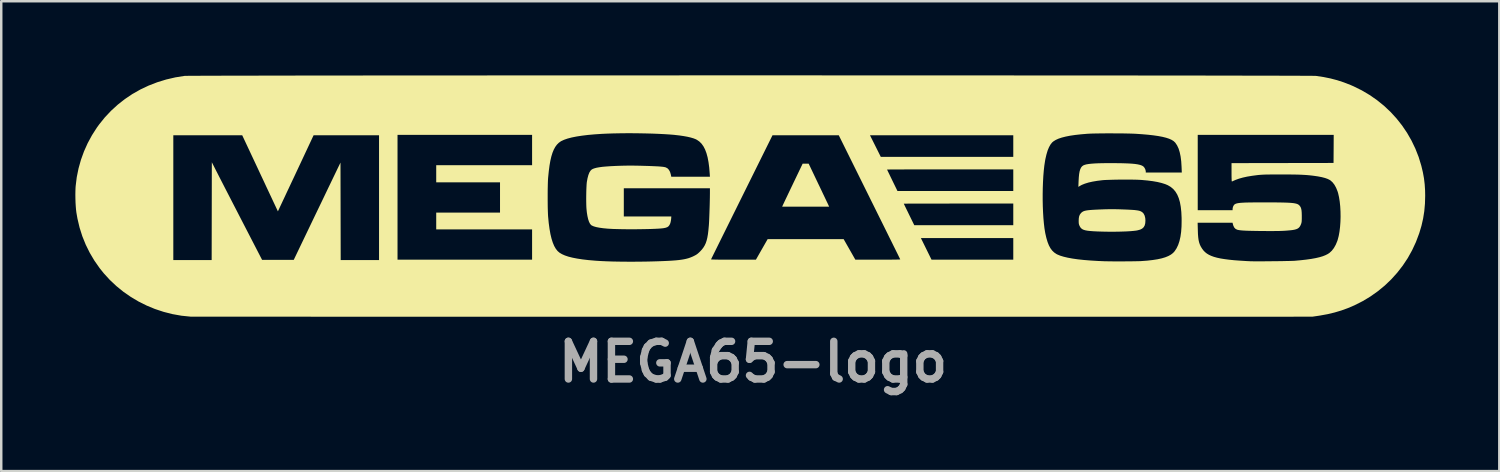
<source format=kicad_pcb>
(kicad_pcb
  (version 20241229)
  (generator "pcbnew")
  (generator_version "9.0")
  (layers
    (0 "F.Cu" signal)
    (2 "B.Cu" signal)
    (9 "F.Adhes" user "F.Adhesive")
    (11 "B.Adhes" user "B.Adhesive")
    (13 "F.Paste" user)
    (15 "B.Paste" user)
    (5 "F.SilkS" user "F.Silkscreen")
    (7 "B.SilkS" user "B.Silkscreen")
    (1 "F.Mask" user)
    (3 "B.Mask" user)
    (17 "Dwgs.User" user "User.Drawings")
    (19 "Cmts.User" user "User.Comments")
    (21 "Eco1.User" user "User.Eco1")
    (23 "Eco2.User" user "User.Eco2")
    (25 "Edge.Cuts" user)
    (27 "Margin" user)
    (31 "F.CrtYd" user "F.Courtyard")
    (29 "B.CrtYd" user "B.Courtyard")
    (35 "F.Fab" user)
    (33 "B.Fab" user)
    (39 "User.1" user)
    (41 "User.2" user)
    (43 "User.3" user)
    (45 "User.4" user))
  (footprint "MEGA65-logo"
    (layer "F.Cu")
    (at 27.318 4.878)
    (property "Reference" "MEGA65-logo" (at 0.11 6.72 0) (layer "F.Fab") (effects (font (size 1.524 1.524) (thickness 0.3))))
    (attr board_only exclude_from_pos_files exclude_from_bom)
    (fp_poly (pts (xy 2.746 -0.494) (xy 2.815 -0.351) (xy 2.88 -0.214) (xy 2.941 -0.085) (xy 2.997 0.032) (xy 3.047 0.137) (xy 3.089 0.226) (xy 3.123 0.296) (xy 3.147 0.347) (xy 3.16 0.375) (xy 3.161 0.377) (xy 3.188 0.437) (xy 1.286 0.437) (xy 1.319 0.363) (xy 1.331 0.338) (xy 1.354 0.289) (xy 1.387 0.219) (xy 1.428 0.132) (xy 1.478 0.029) (xy 1.533 -0.088) (xy 1.594 -0.215) (xy 1.659 -0.351) (xy 1.727 -0.493) (xy 1.734 -0.508) (xy 2.116 -1.305) (xy 2.359 -1.305)) (stroke (width 0) (type solid)) (fill yes) (layer "F.SilkS"))
    (fp_poly (pts (xy 14.767 0.539) (xy 14.913 0.542) (xy 15.077 0.548) (xy 15.08 0.548) (xy 15.23 0.554) (xy 15.354 0.56) (xy 15.457 0.566) (xy 15.541 0.572) (xy 15.61 0.58) (xy 15.667 0.588) (xy 15.715 0.597) (xy 15.757 0.608) (xy 15.779 0.615) (xy 15.854 0.654) (xy 15.914 0.715) (xy 15.956 0.797) (xy 15.981 0.898) (xy 15.988 0.995) (xy 15.981 1.106) (xy 15.958 1.196) (xy 15.917 1.268) (xy 15.856 1.324) (xy 15.774 1.365) (xy 15.668 1.394) (xy 15.608 1.405) (xy 15.504 1.417) (xy 15.376 1.428) (xy 15.228 1.437) (xy 15.063 1.443) (xy 14.886 1.448) (xy 14.701 1.45) (xy 14.511 1.45) (xy 14.32 1.447) (xy 14.133 1.442) (xy 14.023 1.438) (xy 13.87 1.43) (xy 13.742 1.42) (xy 13.637 1.408) (xy 13.552 1.392) (xy 13.484 1.371) (xy 13.431 1.345) (xy 13.389 1.312) (xy 13.355 1.272) (xy 13.328 1.224) (xy 13.323 1.215) (xy 13.305 1.172) (xy 13.294 1.132) (xy 13.289 1.085) (xy 13.287 1.022) (xy 13.287 1.002) (xy 13.292 0.902) (xy 13.307 0.823) (xy 13.334 0.758) (xy 13.375 0.702) (xy 13.388 0.688) (xy 13.416 0.662) (xy 13.448 0.64) (xy 13.485 0.621) (xy 13.531 0.605) (xy 13.589 0.592) (xy 13.66 0.581) (xy 13.748 0.572) (xy 13.855 0.564) (xy 13.984 0.557) (xy 14.138 0.55) (xy 14.191 0.548) (xy 14.353 0.542) (xy 14.496 0.539) (xy 14.632 0.538)) (stroke (width 0) (type solid)) (fill yes) (layer "F.SilkS"))
    (fp_poly (pts (xy 0.708 -4.878) (xy 1.405 -4.878) (xy 2.101 -4.878) (xy 2.795 -4.878) (xy 3.487 -4.877) (xy 4.176 -4.877) (xy 4.862 -4.877) (xy 5.543 -4.877) (xy 6.22 -4.877) (xy 6.892 -4.877) (xy 7.558 -4.877) (xy 8.217 -4.876) (xy 8.87 -4.876) (xy 9.515 -4.876) (xy 10.152 -4.876) (xy 10.78 -4.875) (xy 11.399 -4.875) (xy 12.009 -4.875) (xy 12.608 -4.874) (xy 13.196 -4.874) (xy 13.772 -4.874) (xy 14.337 -4.873) (xy 14.888 -4.873) (xy 15.427 -4.873) (xy 15.951 -4.872) (xy 16.461 -4.872) (xy 16.956 -4.871) (xy 17.436 -4.871) (xy 17.899 -4.87) (xy 18.346 -4.87) (xy 18.775 -4.869) (xy 19.187 -4.869) (xy 19.58 -4.868) (xy 19.954 -4.867) (xy 20.308 -4.867) (xy 20.642 -4.866) (xy 20.956 -4.866) (xy 21.248 -4.865) (xy 21.518 -4.864) (xy 21.766 -4.864) (xy 21.991 -4.863) (xy 22.192 -4.862) (xy 22.369 -4.861) (xy 22.521 -4.861) (xy 22.647 -4.86) (xy 22.748 -4.859) (xy 22.822 -4.858) (xy 22.869 -4.857) (xy 22.888 -4.856) (xy 23.193 -4.811) (xy 23.479 -4.753) (xy 23.752 -4.681) (xy 24.02 -4.593) (xy 24.29 -4.488) (xy 24.412 -4.435) (xy 24.744 -4.271) (xy 25.059 -4.085) (xy 25.359 -3.877) (xy 25.641 -3.649) (xy 25.905 -3.401) (xy 26.149 -3.135) (xy 26.373 -2.852) (xy 26.576 -2.553) (xy 26.756 -2.239) (xy 26.913 -1.912) (xy 27.046 -1.573) (xy 27.153 -1.222) (xy 27.157 -1.206) (xy 27.217 -0.954) (xy 27.261 -0.713) (xy 27.29 -0.471) (xy 27.306 -0.222) (xy 27.31 -0.007) (xy 27.301 0.313) (xy 27.274 0.618) (xy 27.227 0.914) (xy 27.16 1.209) (xy 27.07 1.51) (xy 27.065 1.524) (xy 26.935 1.869) (xy 26.781 2.2) (xy 26.604 2.518) (xy 26.403 2.82) (xy 26.181 3.106) (xy 25.939 3.375) (xy 25.677 3.626) (xy 25.396 3.857) (xy 25.097 4.069) (xy 24.781 4.259) (xy 24.45 4.427) (xy 24.183 4.541) (xy 23.915 4.638) (xy 23.643 4.719) (xy 23.358 4.787) (xy 23.056 4.842) (xy 22.959 4.857) (xy 22.74 4.889) (xy 0.078 4.89) (xy -0.723 4.89) (xy -1.516 4.89) (xy -2.302 4.89) (xy -3.081 4.89) (xy -3.852 4.89) (xy -4.614 4.89) (xy -5.367 4.89) (xy -6.111 4.89) (xy -6.844 4.89) (xy -7.568 4.89) (xy -8.28 4.89) (xy -8.981 4.89) (xy -9.67 4.89) (xy -10.346 4.89) (xy -11.01 4.89) (xy -11.661 4.89) (xy -12.297 4.89) (xy -12.92 4.89) (xy -13.528 4.89) (xy -14.12 4.89) (xy -14.697 4.89) (xy -15.258 4.89) (xy -15.803 4.89) (xy -16.33 4.89) (xy -16.839 4.89) (xy -17.331 4.89) (xy -17.804 4.889) (xy -18.258 4.889) (xy -18.693 4.889) (xy -19.108 4.889) (xy -19.502 4.889) (xy -19.876 4.889) (xy -20.228 4.889) (xy -20.558 4.889) (xy -20.867 4.889) (xy -21.152 4.888) (xy -21.414 4.888) (xy -21.652 4.888) (xy -21.867 4.888) (xy -22.056 4.888) (xy -22.221 4.888) (xy -22.36 4.888) (xy -22.473 4.887) (xy -22.559 4.887) (xy -22.618 4.887) (xy -22.65 4.887) (xy -22.655 4.887) (xy -23.025 4.849) (xy -23.39 4.784) (xy -23.747 4.693) (xy -24.095 4.578) (xy -24.433 4.438) (xy -24.76 4.275) (xy -25.073 4.089) (xy -25.372 3.882) (xy -25.654 3.653) (xy -25.919 3.405) (xy -26.165 3.136) (xy -26.332 2.928) (xy -26.546 2.622) (xy -26.562 2.596) (xy -23.354 2.596) (xy -21.802 2.596) (xy -21.795 -1.362) (xy -21.616 -1.009) (xy -21.586 -0.952) (xy -21.545 -0.871) (xy -21.493 -0.769) (xy -21.431 -0.648) (xy -21.36 -0.51) (xy -21.281 -0.356) (xy -21.195 -0.189) (xy -21.103 -0.011) (xy -21.006 0.178) (xy -20.905 0.374) (xy -20.801 0.575) (xy -20.695 0.781) (xy -20.599 0.967) (xy -19.761 2.589) (xy -18.48 2.589) (xy -17.654 0.867) (xy -17.552 0.655) (xy -17.452 0.447) (xy -17.354 0.244) (xy -17.26 0.048) (xy -17.171 -0.138) (xy -17.087 -0.314) (xy -17.008 -0.477) (xy -16.937 -0.625) (xy -16.873 -0.758) (xy -16.818 -0.872) (xy -16.772 -0.967) (xy -16.737 -1.04) (xy -16.713 -1.091) (xy -16.708 -1.101) (xy -16.588 -1.348) (xy -16.584 0.624) (xy -16.58 2.596) (xy -15.028 2.596) (xy -15.028 2.582) (xy -14.28 2.582) (xy -8.834 2.582) (xy -8.834 1.355) (xy -12.714 1.355) (xy -12.714 0.677) (xy -10.132 0.677) (xy -10.132 0.041) (xy -8.203 0.041) (xy -8.203 0.196) (xy -8.202 0.346) (xy -8.2 0.488) (xy -8.196 0.617) (xy -8.192 0.727) (xy -8.187 0.816) (xy -8.186 0.833) (xy -8.161 1.096) (xy -8.129 1.333) (xy -8.092 1.544) (xy -8.048 1.729) (xy -7.997 1.889) (xy -7.94 2.026) (xy -7.875 2.139) (xy -7.804 2.229) (xy -7.797 2.236) (xy -7.722 2.3) (xy -7.624 2.358) (xy -7.505 2.411) (xy -7.362 2.459) (xy -7.195 2.501) (xy -7.004 2.538) (xy -6.788 2.571) (xy -6.545 2.599) (xy -6.275 2.622) (xy -6.236 2.625) (xy -6.042 2.637) (xy -5.823 2.647) (xy -5.584 2.655) (xy -5.327 2.66) (xy -5.057 2.663) (xy -4.776 2.664) (xy -4.489 2.662) (xy -4.199 2.658) (xy -3.979 2.653) (xy -3.741 2.646) (xy -3.528 2.638) (xy -3.34 2.63) (xy -3.173 2.62) (xy -3.025 2.609) (xy -2.895 2.596) (xy -2.78 2.581) (xy -2.715 2.57) (xy -1.592 2.57) (xy -1.579 2.572) (xy -1.54 2.574) (xy -1.476 2.576) (xy -1.389 2.578) (xy -1.281 2.58) (xy -1.153 2.581) (xy -1.008 2.582) (xy -0.846 2.582) (xy -0.687 2.582) (xy 0.224 2.582) (xy 0.461 2.166) (xy 0.699 1.75) (xy 3.775 1.75) (xy 4.249 2.582) (xy 5.16 2.582) (xy 5.334 2.582) (xy 5.494 2.582) (xy 5.638 2.581) (xy 5.764 2.579) (xy 5.87 2.578) (xy 5.956 2.576) (xy 6.018 2.574) (xy 6.055 2.572) (xy 6.065 2.57) (xy 6.059 2.556) (xy 6.04 2.518) (xy 6.01 2.457) (xy 5.97 2.375) (xy 5.919 2.272) (xy 5.859 2.15) (xy 5.789 2.01) (xy 5.712 1.853) (xy 5.639 1.707) (xy 6.901 1.707) (xy 7.116 2.144) (xy 7.331 2.581) (xy 8.985 2.581) (xy 10.64 2.582) (xy 10.64 1.707) (xy 6.901 1.707) (xy 5.639 1.707) (xy 5.626 1.681) (xy 5.534 1.494) (xy 5.435 1.294) (xy 5.33 1.082) (xy 5.219 0.859) (xy 5.104 0.627) (xy 4.985 0.386) (xy 4.95 0.315) (xy 6.209 0.315) (xy 6.215 0.329) (xy 6.232 0.364) (xy 6.259 0.42) (xy 6.293 0.491) (xy 6.335 0.576) (xy 6.382 0.672) (xy 6.421 0.753) (xy 6.633 1.185) (xy 10.64 1.185) (xy 10.64 0.31) (xy 8.424 0.31) (xy 8.177 0.31) (xy 7.937 0.311) (xy 7.706 0.311) (xy 7.486 0.311) (xy 7.279 0.311) (xy 7.085 0.311) (xy 6.907 0.312) (xy 6.745 0.312) (xy 6.602 0.313) (xy 6.478 0.313) (xy 6.376 0.313) (xy 6.297 0.314) (xy 6.242 0.314) (xy 6.213 0.315) (xy 6.209 0.315) (xy 4.95 0.315) (xy 4.862 0.139) (xy 4.819 0.051) (xy 4.756 -0.076) (xy 11.83 -0.076) (xy 11.83 0.174) (xy 11.835 0.422) (xy 11.845 0.662) (xy 11.859 0.892) (xy 11.878 1.107) (xy 11.901 1.304) (xy 11.929 1.478) (xy 11.937 1.52) (xy 11.98 1.706) (xy 12.028 1.867) (xy 12.082 2.003) (xy 12.144 2.118) (xy 12.214 2.212) (xy 12.294 2.289) (xy 12.385 2.351) (xy 12.423 2.371) (xy 12.539 2.419) (xy 12.68 2.462) (xy 12.845 2.501) (xy 13.035 2.536) (xy 13.251 2.567) (xy 13.493 2.593) (xy 13.762 2.615) (xy 14.057 2.633) (xy 14.287 2.643) (xy 14.361 2.646) (xy 14.457 2.647) (xy 14.57 2.649) (xy 14.697 2.65) (xy 14.834 2.65) (xy 14.977 2.65) (xy 15.121 2.65) (xy 15.263 2.649) (xy 15.399 2.648) (xy 15.524 2.646) (xy 15.634 2.644) (xy 15.727 2.642) (xy 15.796 2.64) (xy 15.819 2.638) (xy 16.064 2.62) (xy 16.283 2.595) (xy 16.477 2.565) (xy 16.646 2.528) (xy 16.793 2.484) (xy 16.918 2.433) (xy 17.022 2.375) (xy 17.107 2.309) (xy 17.17 2.24) (xy 17.248 2.121) (xy 17.313 1.985) (xy 17.365 1.83) (xy 17.405 1.656) (xy 17.433 1.46) (xy 17.449 1.241) (xy 17.452 1.087) (xy 18.101 1.087) (xy 18.109 1.393) (xy 18.114 1.544) (xy 18.124 1.672) (xy 18.138 1.78) (xy 18.159 1.874) (xy 18.186 1.957) (xy 18.221 2.035) (xy 18.266 2.111) (xy 18.287 2.143) (xy 18.34 2.213) (xy 18.401 2.275) (xy 18.472 2.332) (xy 18.555 2.382) (xy 18.651 2.427) (xy 18.761 2.467) (xy 18.887 2.502) (xy 19.031 2.533) (xy 19.195 2.559) (xy 19.379 2.583) (xy 19.586 2.604) (xy 19.818 2.621) (xy 20.075 2.637) (xy 20.214 2.644) (xy 20.267 2.646) (xy 20.343 2.647) (xy 20.44 2.648) (xy 20.554 2.648) (xy 20.682 2.648) (xy 20.821 2.647) (xy 20.966 2.646) (xy 21.115 2.644) (xy 21.264 2.643) (xy 21.409 2.641) (xy 21.548 2.639) (xy 21.676 2.636) (xy 21.791 2.634) (xy 21.888 2.631) (xy 21.965 2.629) (xy 22.019 2.626) (xy 22.027 2.626) (xy 22.278 2.603) (xy 22.501 2.578) (xy 22.7 2.55) (xy 22.875 2.518) (xy 23.028 2.483) (xy 23.16 2.444) (xy 23.272 2.4) (xy 23.368 2.352) (xy 23.436 2.307) (xy 23.53 2.22) (xy 23.616 2.109) (xy 23.691 1.976) (xy 23.754 1.825) (xy 23.769 1.778) (xy 23.81 1.623) (xy 23.842 1.447) (xy 23.865 1.255) (xy 23.88 1.052) (xy 23.886 0.844) (xy 23.883 0.634) (xy 23.872 0.429) (xy 23.852 0.233) (xy 23.823 0.051) (xy 23.786 -0.112) (xy 23.762 -0.188) (xy 23.705 -0.329) (xy 23.637 -0.452) (xy 23.558 -0.553) (xy 23.471 -0.63) (xy 23.452 -0.642) (xy 23.368 -0.685) (xy 23.259 -0.724) (xy 23.125 -0.759) (xy 22.963 -0.79) (xy 22.825 -0.81) (xy 22.723 -0.823) (xy 22.623 -0.834) (xy 22.521 -0.843) (xy 22.415 -0.85) (xy 22.301 -0.856) (xy 22.175 -0.861) (xy 22.035 -0.864) (xy 21.876 -0.866) (xy 21.696 -0.867) (xy 21.492 -0.868) (xy 21.484 -0.868) (xy 21.31 -0.867) (xy 21.162 -0.867) (xy 21.036 -0.866) (xy 20.928 -0.865) (xy 20.837 -0.863) (xy 20.759 -0.86) (xy 20.691 -0.856) (xy 20.631 -0.852) (xy 20.574 -0.847) (xy 20.532 -0.843) (xy 20.305 -0.813) (xy 20.104 -0.78) (xy 19.928 -0.741) (xy 19.775 -0.698) (xy 19.643 -0.65) (xy 19.623 -0.641) (xy 19.569 -0.618) (xy 19.525 -0.598) (xy 19.496 -0.585) (xy 19.491 -0.583) (xy 19.485 -0.586) (xy 19.481 -0.603) (xy 19.478 -0.636) (xy 19.476 -0.688) (xy 19.474 -0.761) (xy 19.473 -0.857) (xy 19.473 -0.951) (xy 19.473 -1.326) (xy 23.601 -1.333) (xy 23.605 -1.901) (xy 23.608 -2.469) (xy 20.856 -2.469) (xy 18.105 -2.469) (xy 18.105 0.579) (xy 19.516 0.579) (xy 19.516 0.527) (xy 19.522 0.481) (xy 19.538 0.43) (xy 19.545 0.413) (xy 19.56 0.387) (xy 19.577 0.363) (xy 19.598 0.343) (xy 19.626 0.326) (xy 19.663 0.311) (xy 19.709 0.299) (xy 19.767 0.289) (xy 19.839 0.281) (xy 19.927 0.275) (xy 20.032 0.27) (xy 20.157 0.267) (xy 20.302 0.265) (xy 20.471 0.263) (xy 20.665 0.263) (xy 20.835 0.263) (xy 21.058 0.263) (xy 21.254 0.264) (xy 21.426 0.266) (xy 21.575 0.269) (xy 21.703 0.273) (xy 21.813 0.278) (xy 21.905 0.285) (xy 21.981 0.293) (xy 22.044 0.304) (xy 22.095 0.316) (xy 22.137 0.33) (xy 22.17 0.347) (xy 22.197 0.366) (xy 22.213 0.38) (xy 22.248 0.421) (xy 22.274 0.467) (xy 22.293 0.522) (xy 22.306 0.592) (xy 22.313 0.68) (xy 22.316 0.79) (xy 22.316 0.833) (xy 22.316 0.922) (xy 22.314 0.988) (xy 22.311 1.038) (xy 22.305 1.076) (xy 22.297 1.109) (xy 22.285 1.142) (xy 22.283 1.148) (xy 22.258 1.204) (xy 22.23 1.251) (xy 22.195 1.29) (xy 22.152 1.321) (xy 22.098 1.346) (xy 22.028 1.366) (xy 21.941 1.382) (xy 21.834 1.394) (xy 21.704 1.405) (xy 21.59 1.413) (xy 21.491 1.417) (xy 21.367 1.421) (xy 21.218 1.422) (xy 21.046 1.423) (xy 20.854 1.422) (xy 20.659 1.421) (xy 20.472 1.418) (xy 20.31 1.415) (xy 20.173 1.412) (xy 20.057 1.408) (xy 19.96 1.403) (xy 19.88 1.397) (xy 19.815 1.39) (xy 19.762 1.382) (xy 19.719 1.373) (xy 19.699 1.367) (xy 19.634 1.334) (xy 19.582 1.279) (xy 19.544 1.2) (xy 19.523 1.125) (xy 19.515 1.087) (xy 18.101 1.087) (xy 17.452 1.087) (xy 17.453 0.999) (xy 17.452 0.885) (xy 17.441 0.651) (xy 17.418 0.441) (xy 17.384 0.255) (xy 17.337 0.092) (xy 17.277 -0.051) (xy 17.203 -0.173) (xy 17.115 -0.277) (xy 17.012 -0.363) (xy 16.894 -0.432) (xy 16.788 -0.477) (xy 16.641 -0.523) (xy 16.473 -0.563) (xy 16.284 -0.596) (xy 16.07 -0.623) (xy 15.832 -0.645) (xy 15.748 -0.65) (xy 15.663 -0.654) (xy 15.555 -0.657) (xy 15.431 -0.659) (xy 15.294 -0.66) (xy 15.148 -0.66) (xy 14.998 -0.659) (xy 14.849 -0.658) (xy 14.704 -0.655) (xy 14.569 -0.651) (xy 14.448 -0.647) (xy 14.344 -0.643) (xy 14.263 -0.637) (xy 14.245 -0.635) (xy 14.039 -0.61) (xy 13.85 -0.578) (xy 13.682 -0.54) (xy 13.536 -0.495) (xy 13.415 -0.446) (xy 13.357 -0.415) (xy 13.274 -0.365) (xy 13.283 -0.595) (xy 13.292 -0.752) (xy 13.305 -0.883) (xy 13.324 -0.99) (xy 13.35 -1.076) (xy 13.382 -1.144) (xy 13.422 -1.195) (xy 13.47 -1.231) (xy 13.479 -1.236) (xy 13.531 -1.257) (xy 13.601 -1.276) (xy 13.691 -1.291) (xy 13.8 -1.303) (xy 13.932 -1.313) (xy 14.087 -1.32) (xy 14.266 -1.324) (xy 14.472 -1.326) (xy 14.556 -1.326) (xy 14.785 -1.325) (xy 14.988 -1.323) (xy 15.166 -1.318) (xy 15.321 -1.312) (xy 15.455 -1.303) (xy 15.568 -1.292) (xy 15.664 -1.278) (xy 15.744 -1.261) (xy 15.809 -1.242) (xy 15.861 -1.219) (xy 15.902 -1.193) (xy 15.915 -1.181) (xy 15.953 -1.134) (xy 15.983 -1.073) (xy 16 -1.011) (xy 16.002 -0.991) (xy 16.002 -0.945) (xy 17.46 -0.945) (xy 17.451 -1.175) (xy 17.437 -1.397) (xy 17.412 -1.594) (xy 17.376 -1.766) (xy 17.33 -1.915) (xy 17.271 -2.041) (xy 17.202 -2.145) (xy 17.184 -2.166) (xy 17.125 -2.22) (xy 17.046 -2.269) (xy 16.945 -2.314) (xy 16.823 -2.354) (xy 16.678 -2.39) (xy 16.509 -2.422) (xy 16.316 -2.45) (xy 16.097 -2.475) (xy 15.852 -2.496) (xy 15.593 -2.514) (xy 15.499 -2.518) (xy 15.383 -2.522) (xy 15.249 -2.525) (xy 15.1 -2.528) (xy 14.941 -2.529) (xy 14.775 -2.53) (xy 14.605 -2.531) (xy 14.437 -2.531) (xy 14.273 -2.53) (xy 14.117 -2.528) (xy 13.973 -2.526) (xy 13.845 -2.523) (xy 13.737 -2.519) (xy 13.653 -2.515) (xy 13.638 -2.514) (xy 13.379 -2.492) (xy 13.146 -2.466) (xy 12.94 -2.436) (xy 12.759 -2.4) (xy 12.602 -2.36) (xy 12.468 -2.315) (xy 12.357 -2.264) (xy 12.267 -2.208) (xy 12.213 -2.163) (xy 12.147 -2.08) (xy 12.086 -1.971) (xy 12.03 -1.836) (xy 11.982 -1.675) (xy 11.939 -1.49) (xy 11.925 -1.411) (xy 11.897 -1.228) (xy 11.874 -1.024) (xy 11.856 -0.803) (xy 11.843 -0.569) (xy 11.834 -0.325) (xy 11.83 -0.076) (xy 4.756 -0.076) (xy 4.265 -1.067) (xy 5.532 -1.067) (xy 5.538 -1.054) (xy 5.554 -1.018) (xy 5.581 -0.962) (xy 5.616 -0.891) (xy 5.657 -0.805) (xy 5.704 -0.709) (xy 5.742 -0.63) (xy 5.953 -0.198) (xy 10.64 -0.198) (xy 10.64 -1.072) (xy 8.086 -1.072) (xy 7.819 -1.072) (xy 7.561 -1.072) (xy 7.311 -1.072) (xy 7.072 -1.072) (xy 6.845 -1.072) (xy 6.632 -1.071) (xy 6.432 -1.071) (xy 6.249 -1.071) (xy 6.084 -1.07) (xy 5.937 -1.07) (xy 5.811 -1.069) (xy 5.706 -1.069) (xy 5.625 -1.068) (xy 5.568 -1.068) (xy 5.537 -1.067) (xy 5.532 -1.067) (xy 4.265 -1.067) (xy 3.577 -2.455) (xy 0.896 -2.455) (xy -0.346 0.051) (xy -0.47 0.301) (xy -0.59 0.544) (xy -0.707 0.779) (xy -0.819 1.006) (xy -0.926 1.222) (xy -1.027 1.426) (xy -1.122 1.617) (xy -1.21 1.795) (xy -1.29 1.957) (xy -1.362 2.103) (xy -1.426 2.232) (xy -1.48 2.341) (xy -1.524 2.431) (xy -1.558 2.499) (xy -1.58 2.545) (xy -1.591 2.568) (xy -1.592 2.57) (xy -2.715 2.57) (xy -2.677 2.563) (xy -2.586 2.543) (xy -2.502 2.52) (xy -2.426 2.493) (xy -2.353 2.464) (xy -2.3 2.439) (xy -2.229 2.403) (xy -2.174 2.37) (xy -2.125 2.333) (xy -2.073 2.286) (xy -2.031 2.245) (xy -1.96 2.168) (xy -1.9 2.089) (xy -1.849 2.005) (xy -1.806 1.913) (xy -1.771 1.809) (xy -1.742 1.69) (xy -1.718 1.554) (xy -1.699 1.396) (xy -1.682 1.214) (xy -1.679 1.178) (xy -1.674 1.102) (xy -1.669 1.003) (xy -1.664 0.885) (xy -1.659 0.753) (xy -1.654 0.613) (xy -1.649 0.469) (xy -1.645 0.327) (xy -1.642 0.19) (xy -1.639 0.064) (xy -1.638 -0.046) (xy -1.637 -0.109) (xy -1.637 -0.31) (xy -5.122 -0.31) (xy -5.122 0.833) (xy -3.199 0.833) (xy -3.207 0.935) (xy -3.216 1.001) (xy -3.23 1.069) (xy -3.244 1.116) (xy -3.275 1.181) (xy -3.313 1.23) (xy -3.364 1.266) (xy -3.433 1.29) (xy -3.524 1.308) (xy -3.549 1.311) (xy -3.635 1.319) (xy -3.745 1.327) (xy -3.876 1.333) (xy -4.025 1.339) (xy -4.187 1.343) (xy -4.361 1.346) (xy -4.54 1.349) (xy -4.723 1.35) (xy -4.906 1.35) (xy -5.085 1.349) (xy -5.256 1.346) (xy -5.416 1.342) (xy -5.562 1.338) (xy -5.689 1.331) (xy -5.771 1.326) (xy -5.954 1.309) (xy -6.11 1.287) (xy -6.239 1.262) (xy -6.341 1.232) (xy -6.416 1.199) (xy -6.447 1.178) (xy -6.491 1.125) (xy -6.531 1.045) (xy -6.566 0.94) (xy -6.595 0.812) (xy -6.619 0.661) (xy -6.633 0.52) (xy -6.638 0.443) (xy -6.641 0.347) (xy -6.643 0.237) (xy -6.644 0.116) (xy -6.643 -0.01) (xy -6.641 -0.135) (xy -6.638 -0.255) (xy -6.633 -0.365) (xy -6.628 -0.459) (xy -6.622 -0.533) (xy -6.618 -0.564) (xy -6.59 -0.717) (xy -6.556 -0.844) (xy -6.516 -0.946) (xy -6.469 -1.021) (xy -6.421 -1.067) (xy -6.369 -1.095) (xy -6.301 -1.119) (xy -6.217 -1.141) (xy -6.114 -1.159) (xy -5.991 -1.176) (xy -5.845 -1.189) (xy -5.676 -1.201) (xy -5.481 -1.211) (xy -5.354 -1.216) (xy -5.203 -1.221) (xy -5.063 -1.224) (xy -4.926 -1.226) (xy -4.786 -1.226) (xy -4.637 -1.224) (xy -4.472 -1.221) (xy -4.303 -1.216) (xy -4.123 -1.211) (xy -3.969 -1.205) (xy -3.839 -1.199) (xy -3.731 -1.194) (xy -3.641 -1.187) (xy -3.568 -1.18) (xy -3.51 -1.173) (xy -3.464 -1.164) (xy -3.429 -1.155) (xy -3.357 -1.118) (xy -3.298 -1.056) (xy -3.251 -0.971) (xy -3.219 -0.864) (xy -3.218 -0.857) (xy -3.201 -0.776) (xy -1.637 -0.776) (xy -1.645 -0.9) (xy -1.665 -1.146) (xy -1.694 -1.366) (xy -1.731 -1.561) (xy -1.778 -1.732) (xy -1.834 -1.88) (xy -1.9 -2.007) (xy -1.976 -2.113) (xy -2.064 -2.2) (xy -2.162 -2.268) (xy -2.21 -2.293) (xy -2.299 -2.328) (xy -2.414 -2.362) (xy -2.551 -2.394) (xy -2.708 -2.422) (xy -2.88 -2.447) (xy -2.952 -2.455) (xy 4.84 -2.455) (xy 5.059 -2.018) (xy 5.278 -1.58) (xy 10.64 -1.58) (xy 10.64 -2.455) (xy 4.84 -2.455) (xy -2.952 -2.455) (xy -3.066 -2.468) (xy -3.069 -2.469) (xy -3.262 -2.485) (xy -3.479 -2.499) (xy -3.716 -2.511) (xy -3.968 -2.521) (xy -4.231 -2.528) (xy -4.501 -2.533) (xy -4.774 -2.536) (xy -5.045 -2.536) (xy -5.31 -2.533) (xy -5.565 -2.528) (xy -5.806 -2.52) (xy -6.004 -2.511) (xy -6.3 -2.491) (xy -6.571 -2.467) (xy -6.816 -2.437) (xy -7.037 -2.403) (xy -7.231 -2.364) (xy -7.399 -2.32) (xy -7.54 -2.271) (xy -7.653 -2.218) (xy -7.67 -2.209) (xy -7.753 -2.149) (xy -7.829 -2.074) (xy -7.896 -1.983) (xy -7.956 -1.873) (xy -8.009 -1.744) (xy -8.055 -1.594) (xy -8.095 -1.422) (xy -8.129 -1.226) (xy -8.158 -1.005) (xy -8.183 -0.758) (xy -8.187 -0.713) (xy -8.192 -0.631) (xy -8.196 -0.525) (xy -8.199 -0.4) (xy -8.202 -0.261) (xy -8.203 -0.113) (xy -8.203 0.041) (xy -10.132 0.041) (xy -10.132 -0.55) (xy -12.714 -0.55) (xy -12.714 -1.242) (xy -8.834 -1.242) (xy -8.834 -2.469) (xy -14.28 -2.469) (xy -14.28 2.582) (xy -15.028 2.582) (xy -15.028 -2.455) (xy -17.676 -2.455) (xy -18.041 -1.676) (xy -18.118 -1.511) (xy -18.201 -1.334) (xy -18.288 -1.149) (xy -18.376 -0.961) (xy -18.462 -0.777) (xy -18.545 -0.602) (xy -18.621 -0.44) (xy -18.688 -0.297) (xy -18.702 -0.268) (xy -18.763 -0.139) (xy -18.822 -0.012) (xy -18.878 0.107) (xy -18.93 0.217) (xy -18.975 0.314) (xy -19.013 0.394) (xy -19.042 0.456) (xy -19.059 0.493) (xy -19.121 0.626) (xy -19.273 0.303) (xy -19.302 0.242) (xy -19.341 0.158) (xy -19.39 0.053) (xy -19.448 -0.07) (xy -19.513 -0.209) (xy -19.585 -0.361) (xy -19.661 -0.525) (xy -19.741 -0.696) (xy -19.825 -0.874) (xy -19.91 -1.056) (xy -19.995 -1.238) (xy -20.566 -2.455) (xy -23.354 -2.455) (xy -23.354 2.596) (xy -26.562 2.596) (xy -26.735 2.304) (xy -26.898 1.975) (xy -27.036 1.634) (xy -27.148 1.281) (xy -27.234 0.916) (xy -27.277 0.67) (xy -27.291 0.556) (xy -27.302 0.421) (xy -27.311 0.272) (xy -27.316 0.115) (xy -27.318 -0.041) (xy -27.316 -0.191) (xy -27.311 -0.327) (xy -27.306 -0.397) (xy -27.262 -0.756) (xy -27.19 -1.111) (xy -27.092 -1.461) (xy -26.968 -1.803) (xy -26.819 -2.135) (xy -26.645 -2.456) (xy -26.449 -2.762) (xy -26.354 -2.893) (xy -26.122 -3.181) (xy -25.869 -3.449) (xy -25.599 -3.695) (xy -25.311 -3.921) (xy -25.007 -4.125) (xy -24.687 -4.306) (xy -24.353 -4.464) (xy -24.005 -4.599) (xy -23.644 -4.71) (xy -23.27 -4.797) (xy -22.902 -4.856) (xy -22.882 -4.857) (xy -22.833 -4.858) (xy -22.758 -4.859) (xy -22.656 -4.86) (xy -22.528 -4.86) (xy -22.375 -4.861) (xy -22.197 -4.862) (xy -21.994 -4.863) (xy -21.769 -4.863) (xy -21.52 -4.864) (xy -21.248 -4.865) (xy -20.955 -4.865) (xy -20.641 -4.866) (xy -20.306 -4.867) (xy -19.95 -4.867) (xy -19.575 -4.868) (xy -19.181 -4.869) (xy -18.769 -4.869) (xy -18.339 -4.87) (xy -17.891 -4.87) (xy -17.427 -4.871) (xy -16.947 -4.871) (xy -16.451 -4.872) (xy -15.94 -4.872) (xy -15.415 -4.873) (xy -14.876 -4.873) (xy -14.324 -4.873) (xy -13.759 -4.874) (xy -13.182 -4.874) (xy -12.593 -4.874) (xy -11.994 -4.875) (xy -11.384 -4.875) (xy -10.764 -4.875) (xy -10.135 -4.876) (xy -9.498 -4.876) (xy -8.852 -4.876) (xy -8.199 -4.876) (xy -7.539 -4.877) (xy -6.873 -4.877) (xy -6.201 -4.877) (xy -5.524 -4.877) (xy -4.842 -4.877) (xy -4.157 -4.877) (xy -3.468 -4.877) (xy -2.775 -4.878) (xy -2.081 -4.878) (xy -1.385 -4.878) (xy -0.688 -4.878) (xy 0.01 -4.878)) (stroke (width 0) (type solid)) (fill yes) (layer "F.SilkS")))
  (gr_rect
    (start -3 -3)
    (end 57.628 16.016)
    (stroke (width 0.1) (type default))
    (fill no)
    (layer "Edge.Cuts")))
</source>
